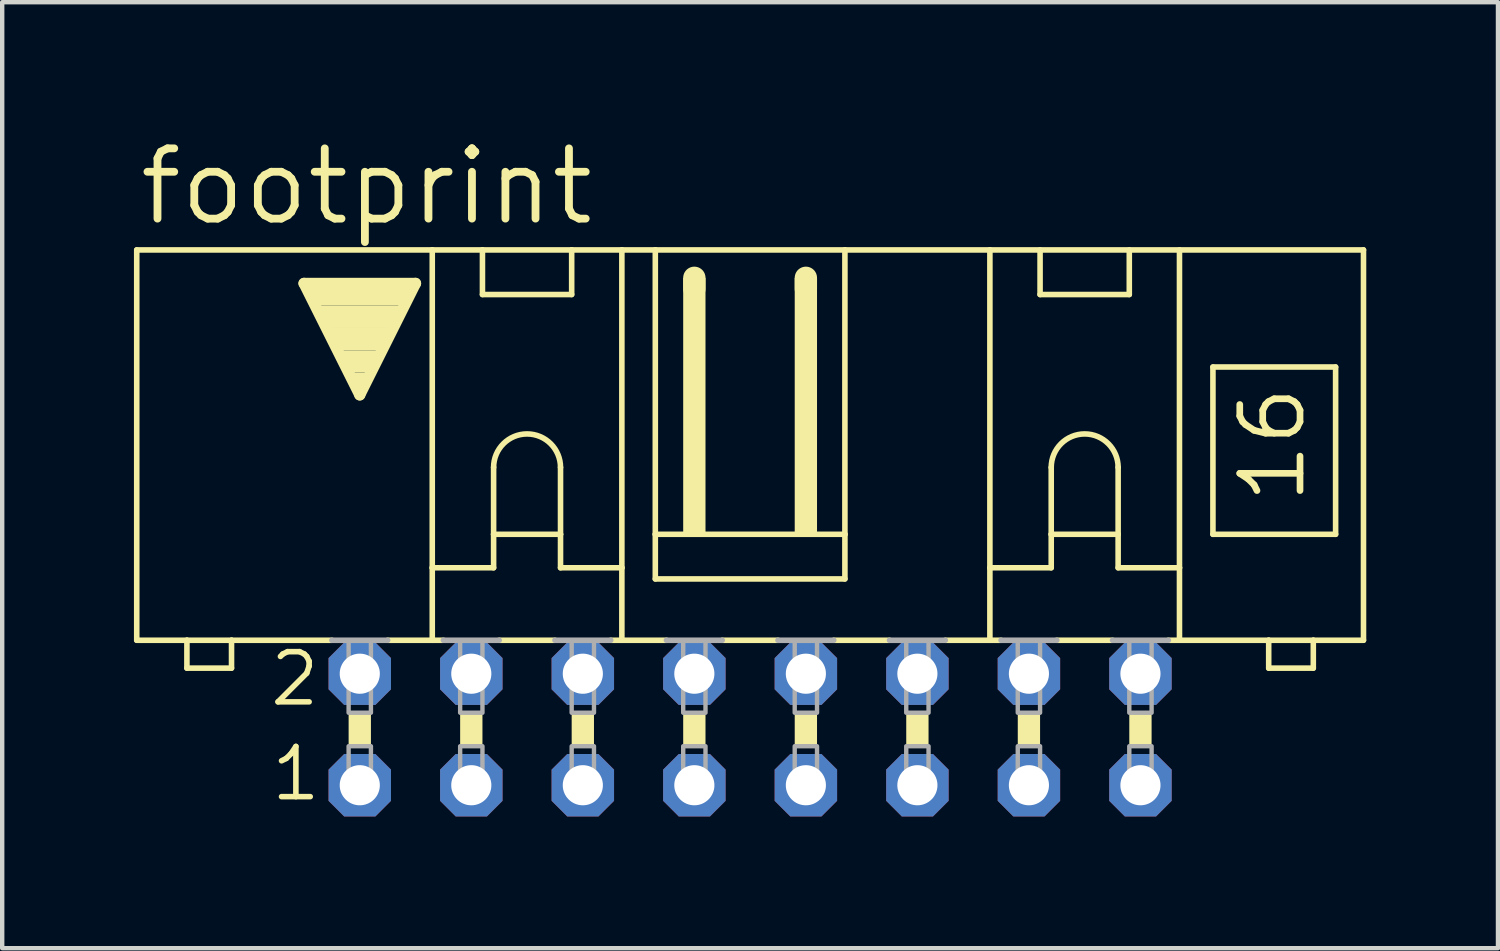
<source format=kicad_pcb>
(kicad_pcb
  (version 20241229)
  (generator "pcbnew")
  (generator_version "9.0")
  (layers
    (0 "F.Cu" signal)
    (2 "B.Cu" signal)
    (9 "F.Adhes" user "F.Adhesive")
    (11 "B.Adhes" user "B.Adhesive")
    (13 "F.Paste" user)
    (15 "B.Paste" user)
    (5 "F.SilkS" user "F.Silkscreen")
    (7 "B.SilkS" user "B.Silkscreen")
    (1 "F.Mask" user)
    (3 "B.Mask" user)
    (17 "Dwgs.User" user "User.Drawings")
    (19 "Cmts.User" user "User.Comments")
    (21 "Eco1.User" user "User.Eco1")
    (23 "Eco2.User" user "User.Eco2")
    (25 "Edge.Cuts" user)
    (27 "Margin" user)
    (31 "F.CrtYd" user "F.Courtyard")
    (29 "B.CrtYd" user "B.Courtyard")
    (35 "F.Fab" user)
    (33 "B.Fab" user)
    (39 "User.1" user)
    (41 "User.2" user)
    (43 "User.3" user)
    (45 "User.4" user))
  (footprint "footprint"
    (layer "F.Cu")
    (at 14.034 13.564)
    (property "Reference" "footprint" (at -13.995 -11.43 0) (layer "F.SilkS") (effects (font (size 1.6 1.6) (thickness 0.178)) (justify left bottom)))
    (fp_line (start -13.97 -2.032) (end -13.97 -10.922) (stroke (width 0.127) (type solid)) (layer "F.SilkS"))
    (fp_line (start -13.97 -2.032) (end -12.827 -2.032) (stroke (width 0.127) (type solid)) (layer "F.SilkS"))
    (fp_line (start -12.827 -2.032) (end -12.827 -1.397) (stroke (width 0.127) (type solid)) (layer "F.SilkS"))
    (fp_line (start -12.827 -2.032) (end -11.811 -2.032) (stroke (width 0.127) (type solid)) (layer "F.SilkS"))
    (fp_line (start -11.811 -2.032) (end -9.525 -2.032) (stroke (width 0.127) (type solid)) (layer "F.SilkS"))
    (fp_line (start -11.811 -1.397) (end -12.827 -1.397) (stroke (width 0.127) (type solid)) (layer "F.SilkS"))
    (fp_line (start -11.811 -1.397) (end -11.811 -2.032) (stroke (width 0.127) (type solid)) (layer "F.SilkS"))
    (fp_line (start -10.16 -10.16) (end -7.62 -10.16) (stroke (width 0.254) (type solid)) (layer "F.SilkS"))
    (fp_line (start -8.89 -7.62) (end -10.16 -10.16) (stroke (width 0.254) (type solid)) (layer "F.SilkS"))
    (fp_line (start -8.255 -2.032) (end -7.239 -2.032) (stroke (width 0.127) (type solid)) (layer "F.SilkS"))
    (fp_line (start -7.62 -10.16) (end -8.89 -7.62) (stroke (width 0.254) (type solid)) (layer "F.SilkS"))
    (fp_line (start -7.239 -10.922) (end -13.97 -10.922) (stroke (width 0.127) (type solid)) (layer "F.SilkS"))
    (fp_line (start -7.239 -10.922) (end -6.096 -10.922) (stroke (width 0.127) (type solid)) (layer "F.SilkS"))
    (fp_line (start -7.239 -3.683) (end -7.239 -10.922) (stroke (width 0.127) (type solid)) (layer "F.SilkS"))
    (fp_line (start -7.239 -3.683) (end -5.842 -3.683) (stroke (width 0.127) (type solid)) (layer "F.SilkS"))
    (fp_line (start -7.239 -2.032) (end -7.239 -3.683) (stroke (width 0.127) (type solid)) (layer "F.SilkS"))
    (fp_line (start -7.239 -2.032) (end -6.985 -2.032) (stroke (width 0.127) (type solid)) (layer "F.SilkS"))
    (fp_line (start -6.096 -10.922) (end -4.064 -10.922) (stroke (width 0.127) (type solid)) (layer "F.SilkS"))
    (fp_line (start -6.096 -9.906) (end -6.096 -10.922) (stroke (width 0.127) (type solid)) (layer "F.SilkS"))
    (fp_line (start -6.096 -9.906) (end -4.064 -9.906) (stroke (width 0.127) (type solid)) (layer "F.SilkS"))
    (fp_line (start -5.842 -5.969) (end -5.842 -4.445) (stroke (width 0.127) (type solid)) (layer "F.SilkS"))
    (fp_line (start -5.842 -4.445) (end -5.842 -3.683) (stroke (width 0.127) (type solid)) (layer "F.SilkS"))
    (fp_line (start -5.842 -4.445) (end -4.318 -4.445) (stroke (width 0.127) (type solid)) (layer "F.SilkS"))
    (fp_line (start -5.715 -2.032) (end -4.445 -2.032) (stroke (width 0.127) (type solid)) (layer "F.SilkS"))
    (fp_line (start -4.318 -5.969) (end -4.318 -4.445) (stroke (width 0.127) (type solid)) (layer "F.SilkS"))
    (fp_line (start -4.318 -4.445) (end -4.318 -3.683) (stroke (width 0.127) (type solid)) (layer "F.SilkS"))
    (fp_line (start -4.318 -3.683) (end -2.921 -3.683) (stroke (width 0.127) (type solid)) (layer "F.SilkS"))
    (fp_line (start -4.064 -10.922) (end -4.064 -9.906) (stroke (width 0.127) (type solid)) (layer "F.SilkS"))
    (fp_line (start -4.064 -10.922) (end -2.921 -10.922) (stroke (width 0.127) (type solid)) (layer "F.SilkS"))
    (fp_line (start -3.175 -2.032) (end -2.921 -2.032) (stroke (width 0.127) (type solid)) (layer "F.SilkS"))
    (fp_line (start -2.921 -10.922) (end -2.159 -10.922) (stroke (width 0.127) (type solid)) (layer "F.SilkS"))
    (fp_line (start -2.921 -3.683) (end -2.921 -10.922) (stroke (width 0.127) (type solid)) (layer "F.SilkS"))
    (fp_line (start -2.921 -3.683) (end -2.921 -2.032) (stroke (width 0.127) (type solid)) (layer "F.SilkS"))
    (fp_line (start -2.921 -2.032) (end -1.905 -2.032) (stroke (width 0.127) (type solid)) (layer "F.SilkS"))
    (fp_line (start -2.159 -10.922) (end -2.159 -4.445) (stroke (width 0.127) (type solid)) (layer "F.SilkS"))
    (fp_line (start -2.159 -10.922) (end 2.159 -10.922) (stroke (width 0.127) (type solid)) (layer "F.SilkS"))
    (fp_line (start -2.159 -4.445) (end -2.159 -3.429) (stroke (width 0.127) (type solid)) (layer "F.SilkS"))
    (fp_line (start -1.27 -10.033) (end -1.27 -10.287) (stroke (width 0.508) (type solid)) (layer "F.SilkS"))
    (fp_line (start -0.635 -2.032) (end 0.635 -2.032) (stroke (width 0.127) (type solid)) (layer "F.SilkS"))
    (fp_line (start 1.27 -10.033) (end 1.27 -10.287) (stroke (width 0.508) (type solid)) (layer "F.SilkS"))
    (fp_line (start 1.905 -2.032) (end 3.175 -2.032) (stroke (width 0.127) (type solid)) (layer "F.SilkS"))
    (fp_line (start 2.159 -10.922) (end 2.159 -4.445) (stroke (width 0.127) (type solid)) (layer "F.SilkS"))
    (fp_line (start 2.159 -10.922) (end 5.461 -10.922) (stroke (width 0.127) (type solid)) (layer "F.SilkS"))
    (fp_line (start 2.159 -4.445) (end -2.159 -4.445) (stroke (width 0.127) (type solid)) (layer "F.SilkS"))
    (fp_line (start 2.159 -4.445) (end 2.159 -3.429) (stroke (width 0.127) (type solid)) (layer "F.SilkS"))
    (fp_line (start 2.159 -3.429) (end -2.159 -3.429) (stroke (width 0.127) (type solid)) (layer "F.SilkS"))
    (fp_line (start 4.445 -2.032) (end 5.461 -2.032) (stroke (width 0.127) (type solid)) (layer "F.SilkS"))
    (fp_line (start 5.461 -10.922) (end 13.97 -10.922) (stroke (width 0.127) (type solid)) (layer "F.SilkS"))
    (fp_line (start 5.461 -3.683) (end 5.461 -10.922) (stroke (width 0.127) (type solid)) (layer "F.SilkS"))
    (fp_line (start 5.461 -3.683) (end 5.461 -2.032) (stroke (width 0.127) (type solid)) (layer "F.SilkS"))
    (fp_line (start 5.461 -3.683) (end 6.858 -3.683) (stroke (width 0.127) (type solid)) (layer "F.SilkS"))
    (fp_line (start 5.461 -2.032) (end 5.715 -2.032) (stroke (width 0.127) (type solid)) (layer "F.SilkS"))
    (fp_line (start 6.604 -9.906) (end 6.604 -10.922) (stroke (width 0.127) (type solid)) (layer "F.SilkS"))
    (fp_line (start 6.604 -9.906) (end 8.636 -9.906) (stroke (width 0.127) (type solid)) (layer "F.SilkS"))
    (fp_line (start 6.858 -5.969) (end 6.858 -4.445) (stroke (width 0.127) (type solid)) (layer "F.SilkS"))
    (fp_line (start 6.858 -4.445) (end 6.858 -3.683) (stroke (width 0.127) (type solid)) (layer "F.SilkS"))
    (fp_line (start 6.858 -4.445) (end 8.382 -4.445) (stroke (width 0.127) (type solid)) (layer "F.SilkS"))
    (fp_line (start 6.985 -2.032) (end 8.255 -2.032) (stroke (width 0.127) (type solid)) (layer "F.SilkS"))
    (fp_line (start 8.382 -5.969) (end 8.382 -4.445) (stroke (width 0.127) (type solid)) (layer "F.SilkS"))
    (fp_line (start 8.382 -4.445) (end 8.382 -3.683) (stroke (width 0.127) (type solid)) (layer "F.SilkS"))
    (fp_line (start 8.382 -3.683) (end 9.779 -3.683) (stroke (width 0.127) (type solid)) (layer "F.SilkS"))
    (fp_line (start 8.636 -10.922) (end 8.636 -9.906) (stroke (width 0.127) (type solid)) (layer "F.SilkS"))
    (fp_line (start 9.779 -3.683) (end 9.779 -10.922) (stroke (width 0.127) (type solid)) (layer "F.SilkS"))
    (fp_line (start 9.779 -3.683) (end 9.779 -2.032) (stroke (width 0.127) (type solid)) (layer "F.SilkS"))
    (fp_line (start 9.779 -2.032) (end 9.525 -2.032) (stroke (width 0.127) (type solid)) (layer "F.SilkS"))
    (fp_line (start 10.541 -8.255) (end 10.541 -4.445) (stroke (width 0.127) (type solid)) (layer "F.SilkS"))
    (fp_line (start 10.541 -8.255) (end 13.335 -8.255) (stroke (width 0.127) (type solid)) (layer "F.SilkS"))
    (fp_line (start 10.541 -4.445) (end 13.335 -4.445) (stroke (width 0.127) (type solid)) (layer "F.SilkS"))
    (fp_line (start 11.811 -2.032) (end 9.779 -2.032) (stroke (width 0.127) (type solid)) (layer "F.SilkS"))
    (fp_line (start 11.811 -2.032) (end 11.811 -1.397) (stroke (width 0.127) (type solid)) (layer "F.SilkS"))
    (fp_line (start 12.827 -2.032) (end 11.811 -2.032) (stroke (width 0.127) (type solid)) (layer "F.SilkS"))
    (fp_line (start 12.827 -1.397) (end 11.811 -1.397) (stroke (width 0.127) (type solid)) (layer "F.SilkS"))
    (fp_line (start 12.827 -1.397) (end 12.827 -2.032) (stroke (width 0.127) (type solid)) (layer "F.SilkS"))
    (fp_line (start 13.335 -4.445) (end 13.335 -8.255) (stroke (width 0.127) (type solid)) (layer "F.SilkS"))
    (fp_line (start 13.97 -2.032) (end 12.827 -2.032) (stroke (width 0.127) (type solid)) (layer "F.SilkS"))
    (fp_line (start 13.97 -2.032) (end 13.97 -10.922) (stroke (width 0.127) (type solid)) (layer "F.SilkS"))
    (fp_arc (start -5.842 -5.969) (mid -5.08 -6.731) (end -4.318 -5.969) (stroke (width 0.127) (type solid)) (layer "F.SilkS"))
    (fp_arc (start 6.858 -5.969) (mid 7.62 -6.731) (end 8.382 -5.969) (stroke (width 0.127) (type solid)) (layer "F.SilkS"))
    (fp_poly (pts (xy -10.033 -9.652) (xy -7.747 -9.652) (xy -7.747 -10.16) (xy -10.033 -10.16)) (stroke (width 0) (type solid)) (fill yes) (layer "F.SilkS"))
    (fp_poly (pts (xy -9.779 -9.144) (xy -8.001 -9.144) (xy -8.001 -9.652) (xy -9.779 -9.652)) (stroke (width 0) (type solid)) (fill yes) (layer "F.SilkS"))
    (fp_poly (pts (xy -9.525 -8.636) (xy -8.255 -8.636) (xy -8.255 -9.144) (xy -9.525 -9.144)) (stroke (width 0) (type solid)) (fill yes) (layer "F.SilkS"))
    (fp_poly (pts (xy -9.271 -8.128) (xy -8.509 -8.128) (xy -8.509 -8.636) (xy -9.271 -8.636)) (stroke (width 0) (type solid)) (fill yes) (layer "F.SilkS"))
    (fp_poly (pts (xy -9.144 0.381) (xy -8.636 0.381) (xy -8.636 -0.381) (xy -9.144 -0.381)) (stroke (width 0) (type solid)) (fill yes) (layer "F.SilkS"))
    (fp_poly (pts (xy -9.017 -7.874) (xy -8.763 -7.874) (xy -8.763 -8.128) (xy -9.017 -8.128)) (stroke (width 0) (type solid)) (fill yes) (layer "F.SilkS"))
    (fp_poly (pts (xy -6.604 0.381) (xy -6.096 0.381) (xy -6.096 -0.381) (xy -6.604 -0.381)) (stroke (width 0) (type solid)) (fill yes) (layer "F.SilkS"))
    (fp_poly (pts (xy -4.064 0.381) (xy -3.556 0.381) (xy -3.556 -0.381) (xy -4.064 -0.381)) (stroke (width 0) (type solid)) (fill yes) (layer "F.SilkS"))
    (fp_poly (pts (xy -1.524 -4.445) (xy -1.016 -4.445) (xy -1.016 -10.287) (xy -1.524 -10.287)) (stroke (width 0) (type solid)) (fill yes) (layer "F.SilkS"))
    (fp_poly (pts (xy -1.524 0.381) (xy -1.016 0.381) (xy -1.016 -0.381) (xy -1.524 -0.381)) (stroke (width 0) (type solid)) (fill yes) (layer "F.SilkS"))
    (fp_poly (pts (xy 1.016 -4.445) (xy 1.524 -4.445) (xy 1.524 -10.287) (xy 1.016 -10.287)) (stroke (width 0) (type solid)) (fill yes) (layer "F.SilkS"))
    (fp_poly (pts (xy 1.016 0.381) (xy 1.524 0.381) (xy 1.524 -0.381) (xy 1.016 -0.381)) (stroke (width 0) (type solid)) (fill yes) (layer "F.SilkS"))
    (fp_poly (pts (xy 3.556 0.381) (xy 4.064 0.381) (xy 4.064 -0.381) (xy 3.556 -0.381)) (stroke (width 0) (type solid)) (fill yes) (layer "F.SilkS"))
    (fp_poly (pts (xy 6.096 0.381) (xy 6.604 0.381) (xy 6.604 -0.381) (xy 6.096 -0.381)) (stroke (width 0) (type solid)) (fill yes) (layer "F.SilkS"))
    (fp_poly (pts (xy 8.636 0.381) (xy 9.144 0.381) (xy 9.144 -0.381) (xy 8.636 -0.381)) (stroke (width 0) (type solid)) (fill yes) (layer "F.SilkS"))
    (fp_line (start -9.525 -2.032) (end -8.255 -2.032) (stroke (width 0.127) (type solid)) (layer "F.Fab"))
    (fp_line (start -6.985 -2.032) (end -5.715 -2.032) (stroke (width 0.127) (type solid)) (layer "F.Fab"))
    (fp_line (start -4.445 -2.032) (end -3.175 -2.032) (stroke (width 0.127) (type solid)) (layer "F.Fab"))
    (fp_line (start -1.905 -2.032) (end -0.635 -2.032) (stroke (width 0.127) (type solid)) (layer "F.Fab"))
    (fp_line (start 1.905 -2.032) (end 0.635 -2.032) (stroke (width 0.127) (type solid)) (layer "F.Fab"))
    (fp_line (start 4.445 -2.032) (end 3.175 -2.032) (stroke (width 0.127) (type solid)) (layer "F.Fab"))
    (fp_line (start 6.985 -2.032) (end 5.715 -2.032) (stroke (width 0.127) (type solid)) (layer "F.Fab"))
    (fp_line (start 9.525 -2.032) (end 8.255 -2.032) (stroke (width 0.127) (type solid)) (layer "F.Fab"))
    (fp_poly (pts (xy -9.144 -0.381) (xy -8.636 -0.381) (xy -8.636 -2.032) (xy -9.144 -2.032)) (stroke (width 0.1) (type solid)) (fill no) (layer "F.Fab"))
    (fp_poly (pts (xy -9.144 1.524) (xy -8.636 1.524) (xy -8.636 0.381) (xy -9.144 0.381)) (stroke (width 0.1) (type solid)) (fill no) (layer "F.Fab"))
    (fp_poly (pts (xy -6.604 -0.381) (xy -6.096 -0.381) (xy -6.096 -2.032) (xy -6.604 -2.032)) (stroke (width 0.1) (type solid)) (fill no) (layer "F.Fab"))
    (fp_poly (pts (xy -6.604 1.524) (xy -6.096 1.524) (xy -6.096 0.381) (xy -6.604 0.381)) (stroke (width 0.1) (type solid)) (fill no) (layer "F.Fab"))
    (fp_poly (pts (xy -4.064 -0.381) (xy -3.556 -0.381) (xy -3.556 -2.032) (xy -4.064 -2.032)) (stroke (width 0.1) (type solid)) (fill no) (layer "F.Fab"))
    (fp_poly (pts (xy -4.064 1.524) (xy -3.556 1.524) (xy -3.556 0.381) (xy -4.064 0.381)) (stroke (width 0.1) (type solid)) (fill no) (layer "F.Fab"))
    (fp_poly (pts (xy -1.524 -0.381) (xy -1.016 -0.381) (xy -1.016 -2.032) (xy -1.524 -2.032)) (stroke (width 0.1) (type solid)) (fill no) (layer "F.Fab"))
    (fp_poly (pts (xy -1.524 1.524) (xy -1.016 1.524) (xy -1.016 0.381) (xy -1.524 0.381)) (stroke (width 0.1) (type solid)) (fill no) (layer "F.Fab"))
    (fp_poly (pts (xy 1.016 -0.381) (xy 1.524 -0.381) (xy 1.524 -2.032) (xy 1.016 -2.032)) (stroke (width 0.1) (type solid)) (fill no) (layer "F.Fab"))
    (fp_poly (pts (xy 1.016 1.524) (xy 1.524 1.524) (xy 1.524 0.381) (xy 1.016 0.381)) (stroke (width 0.1) (type solid)) (fill no) (layer "F.Fab"))
    (fp_poly (pts (xy 3.556 -0.381) (xy 4.064 -0.381) (xy 4.064 -2.032) (xy 3.556 -2.032)) (stroke (width 0.1) (type solid)) (fill no) (layer "F.Fab"))
    (fp_poly (pts (xy 3.556 1.524) (xy 4.064 1.524) (xy 4.064 0.381) (xy 3.556 0.381)) (stroke (width 0.1) (type solid)) (fill no) (layer "F.Fab"))
    (fp_poly (pts (xy 6.096 -0.381) (xy 6.604 -0.381) (xy 6.604 -2.032) (xy 6.096 -2.032)) (stroke (width 0.1) (type solid)) (fill no) (layer "F.Fab"))
    (fp_poly (pts (xy 6.096 1.524) (xy 6.604 1.524) (xy 6.604 0.381) (xy 6.096 0.381)) (stroke (width 0.1) (type solid)) (fill no) (layer "F.Fab"))
    (fp_poly (pts (xy 8.636 -0.381) (xy 9.144 -0.381) (xy 9.144 -2.032) (xy 8.636 -2.032)) (stroke (width 0.1) (type solid)) (fill no) (layer "F.Fab"))
    (fp_poly (pts (xy 8.636 1.524) (xy 9.144 1.524) (xy 9.144 0.381) (xy 8.636 0.381)) (stroke (width 0.1) (type solid)) (fill no) (layer "F.Fab"))
    (fp_text user "1" (at -10.973 1.676 0) (layer "F.SilkS") (effects (font (size 1.143 1.143) (thickness 0.127)) (justify left bottom)))
    (fp_text user "2" (at -10.998 -0.483 0) (layer "F.SilkS") (effects (font (size 1.143 1.143) (thickness 0.127)) (justify left bottom)))
    (fp_text user "16" (at 12.7 -5.08 90) (layer "F.SilkS") (effects (font (size 1.372 1.372) (thickness 0.152)) (justify left bottom)))
    (pad "1" thru_hole roundrect (at -8.89 1.27) (size 1.422 1.422) (drill 0.914) (layers "*.Cu" "*.Mask") (roundrect_rratio 0.25) (chamfer_ratio 0.25) (chamfer top_left top_right bottom_left bottom_right))
    (pad "2" thru_hole roundrect (at -8.89 -1.27) (size 1.422 1.422) (drill 0.914) (layers "*.Cu" "*.Mask") (roundrect_rratio 0.25) (chamfer_ratio 0.25) (chamfer top_left top_right bottom_left bottom_right))
    (pad "3" thru_hole roundrect (at -6.35 1.27) (size 1.422 1.422) (drill 0.914) (layers "*.Cu" "*.Mask") (roundrect_rratio 0.25) (chamfer_ratio 0.25) (chamfer top_left top_right bottom_left bottom_right))
    (pad "4" thru_hole roundrect (at -6.35 -1.27) (size 1.422 1.422) (drill 0.914) (layers "*.Cu" "*.Mask") (roundrect_rratio 0.25) (chamfer_ratio 0.25) (chamfer top_left top_right bottom_left bottom_right))
    (pad "5" thru_hole roundrect (at -3.81 1.27) (size 1.422 1.422) (drill 0.914) (layers "*.Cu" "*.Mask") (roundrect_rratio 0.25) (chamfer_ratio 0.25) (chamfer top_left top_right bottom_left bottom_right))
    (pad "6" thru_hole roundrect (at -3.81 -1.27) (size 1.422 1.422) (drill 0.914) (layers "*.Cu" "*.Mask") (roundrect_rratio 0.25) (chamfer_ratio 0.25) (chamfer top_left top_right bottom_left bottom_right))
    (pad "7" thru_hole roundrect (at -1.27 1.27) (size 1.422 1.422) (drill 0.914) (layers "*.Cu" "*.Mask") (roundrect_rratio 0.25) (chamfer_ratio 0.25) (chamfer top_left top_right bottom_left bottom_right))
    (pad "8" thru_hole roundrect (at -1.27 -1.27) (size 1.422 1.422) (drill 0.914) (layers "*.Cu" "*.Mask") (roundrect_rratio 0.25) (chamfer_ratio 0.25) (chamfer top_left top_right bottom_left bottom_right))
    (pad "9" thru_hole roundrect (at 1.27 1.27) (size 1.422 1.422) (drill 0.914) (layers "*.Cu" "*.Mask") (roundrect_rratio 0.25) (chamfer_ratio 0.25) (chamfer top_left top_right bottom_left bottom_right))
    (pad "10" thru_hole roundrect (at 1.27 -1.27) (size 1.422 1.422) (drill 0.914) (layers "*.Cu" "*.Mask") (roundrect_rratio 0.25) (chamfer_ratio 0.25) (chamfer top_left top_right bottom_left bottom_right))
    (pad "11" thru_hole roundrect (at 3.81 1.27) (size 1.422 1.422) (drill 0.914) (layers "*.Cu" "*.Mask") (roundrect_rratio 0.25) (chamfer_ratio 0.25) (chamfer top_left top_right bottom_left bottom_right))
    (pad "12" thru_hole roundrect (at 3.81 -1.27) (size 1.422 1.422) (drill 0.914) (layers "*.Cu" "*.Mask") (roundrect_rratio 0.25) (chamfer_ratio 0.25) (chamfer top_left top_right bottom_left bottom_right))
    (pad "13" thru_hole roundrect (at 6.35 1.27) (size 1.422 1.422) (drill 0.914) (layers "*.Cu" "*.Mask") (roundrect_rratio 0.25) (chamfer_ratio 0.25) (chamfer top_left top_right bottom_left bottom_right))
    (pad "14" thru_hole roundrect (at 6.35 -1.27) (size 1.422 1.422) (drill 0.914) (layers "*.Cu" "*.Mask") (roundrect_rratio 0.25) (chamfer_ratio 0.25) (chamfer top_left top_right bottom_left bottom_right))
    (pad "15" thru_hole roundrect (at 8.89 1.27) (size 1.422 1.422) (drill 0.914) (layers "*.Cu" "*.Mask") (roundrect_rratio 0.25) (chamfer_ratio 0.25) (chamfer top_left top_right bottom_left bottom_right))
    (pad "16" thru_hole roundrect (at 8.89 -1.27) (size 1.422 1.422) (drill 0.914) (layers "*.Cu" "*.Mask") (roundrect_rratio 0.25) (chamfer_ratio 0.25) (chamfer top_left top_right bottom_left bottom_right)))
  (gr_rect
    (start -3 -3)
    (end 31.067 18.545)
    (stroke (width 0.1) (type default))
    (fill no)
    (layer "Edge.Cuts")))
</source>
